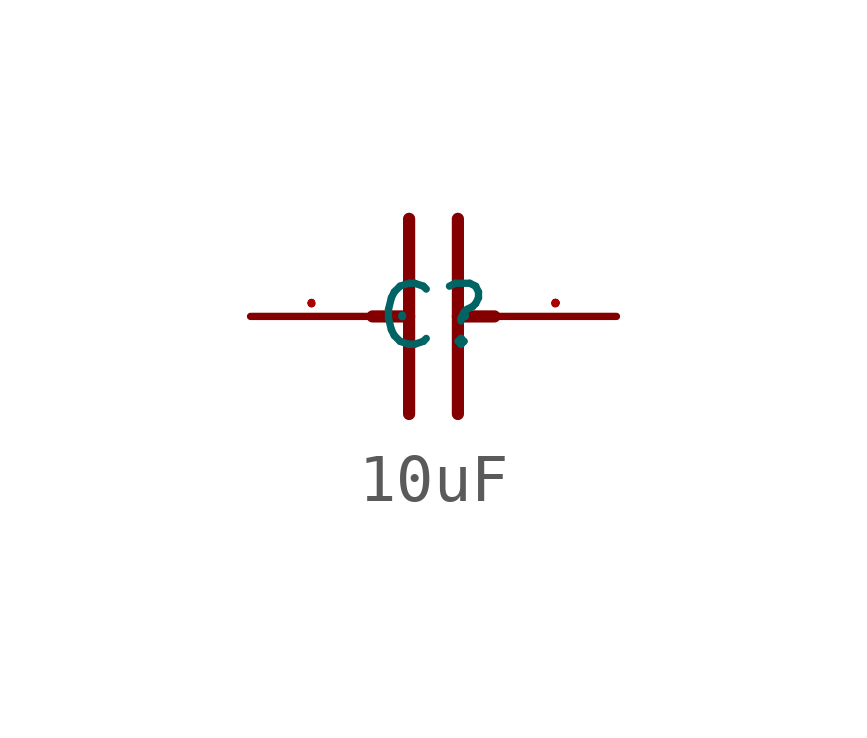
<source format=kicad_sym>
(kicad_symbol_lib
  (version 20241209)
  (generator "kicad_symbol_editor")
  (generator_version "9.0")
  (symbol "10uF"
    (property "Reference" "C"
      (at 0 0 0)
      (effects (font (size 1.27 1.27))))
    (property "Value" ""
      (at 0 0 0)
      (effects (font (size 1.27 1.27))))
    (symbol "10uF_1_0"
      (polyline (pts (xy -1.27 0) (xy -0.508 0)) (stroke (width 0.254) (type default)) (fill (type none)))
      (polyline (pts (xy -0.508 2.032) (xy -0.508 -2.032)) (stroke (width 0.254) (type default)) (fill (type none)))
      (polyline (pts (xy 0.508 2.032) (xy 0.508 -2.032)) (stroke (width 0.254) (type default)) (fill (type none)))
      (polyline (pts (xy 0.508 0) (xy 1.27 0)) (stroke (width 0.254) (type default)) (fill (type none)))
      (pin input line (at -3.81 0 0) (length 2.54) (name "1" (effects (font (size 0.025 0.025)))) (number "1" (effects (font (size 0.025 0.025)))))
      (pin input line (at 3.81 0 180) (length 2.54) (name "2" (effects (font (size 0.025 0.025)))) (number "2" (effects (font (size 0.025 0.025))))))))
</source>
